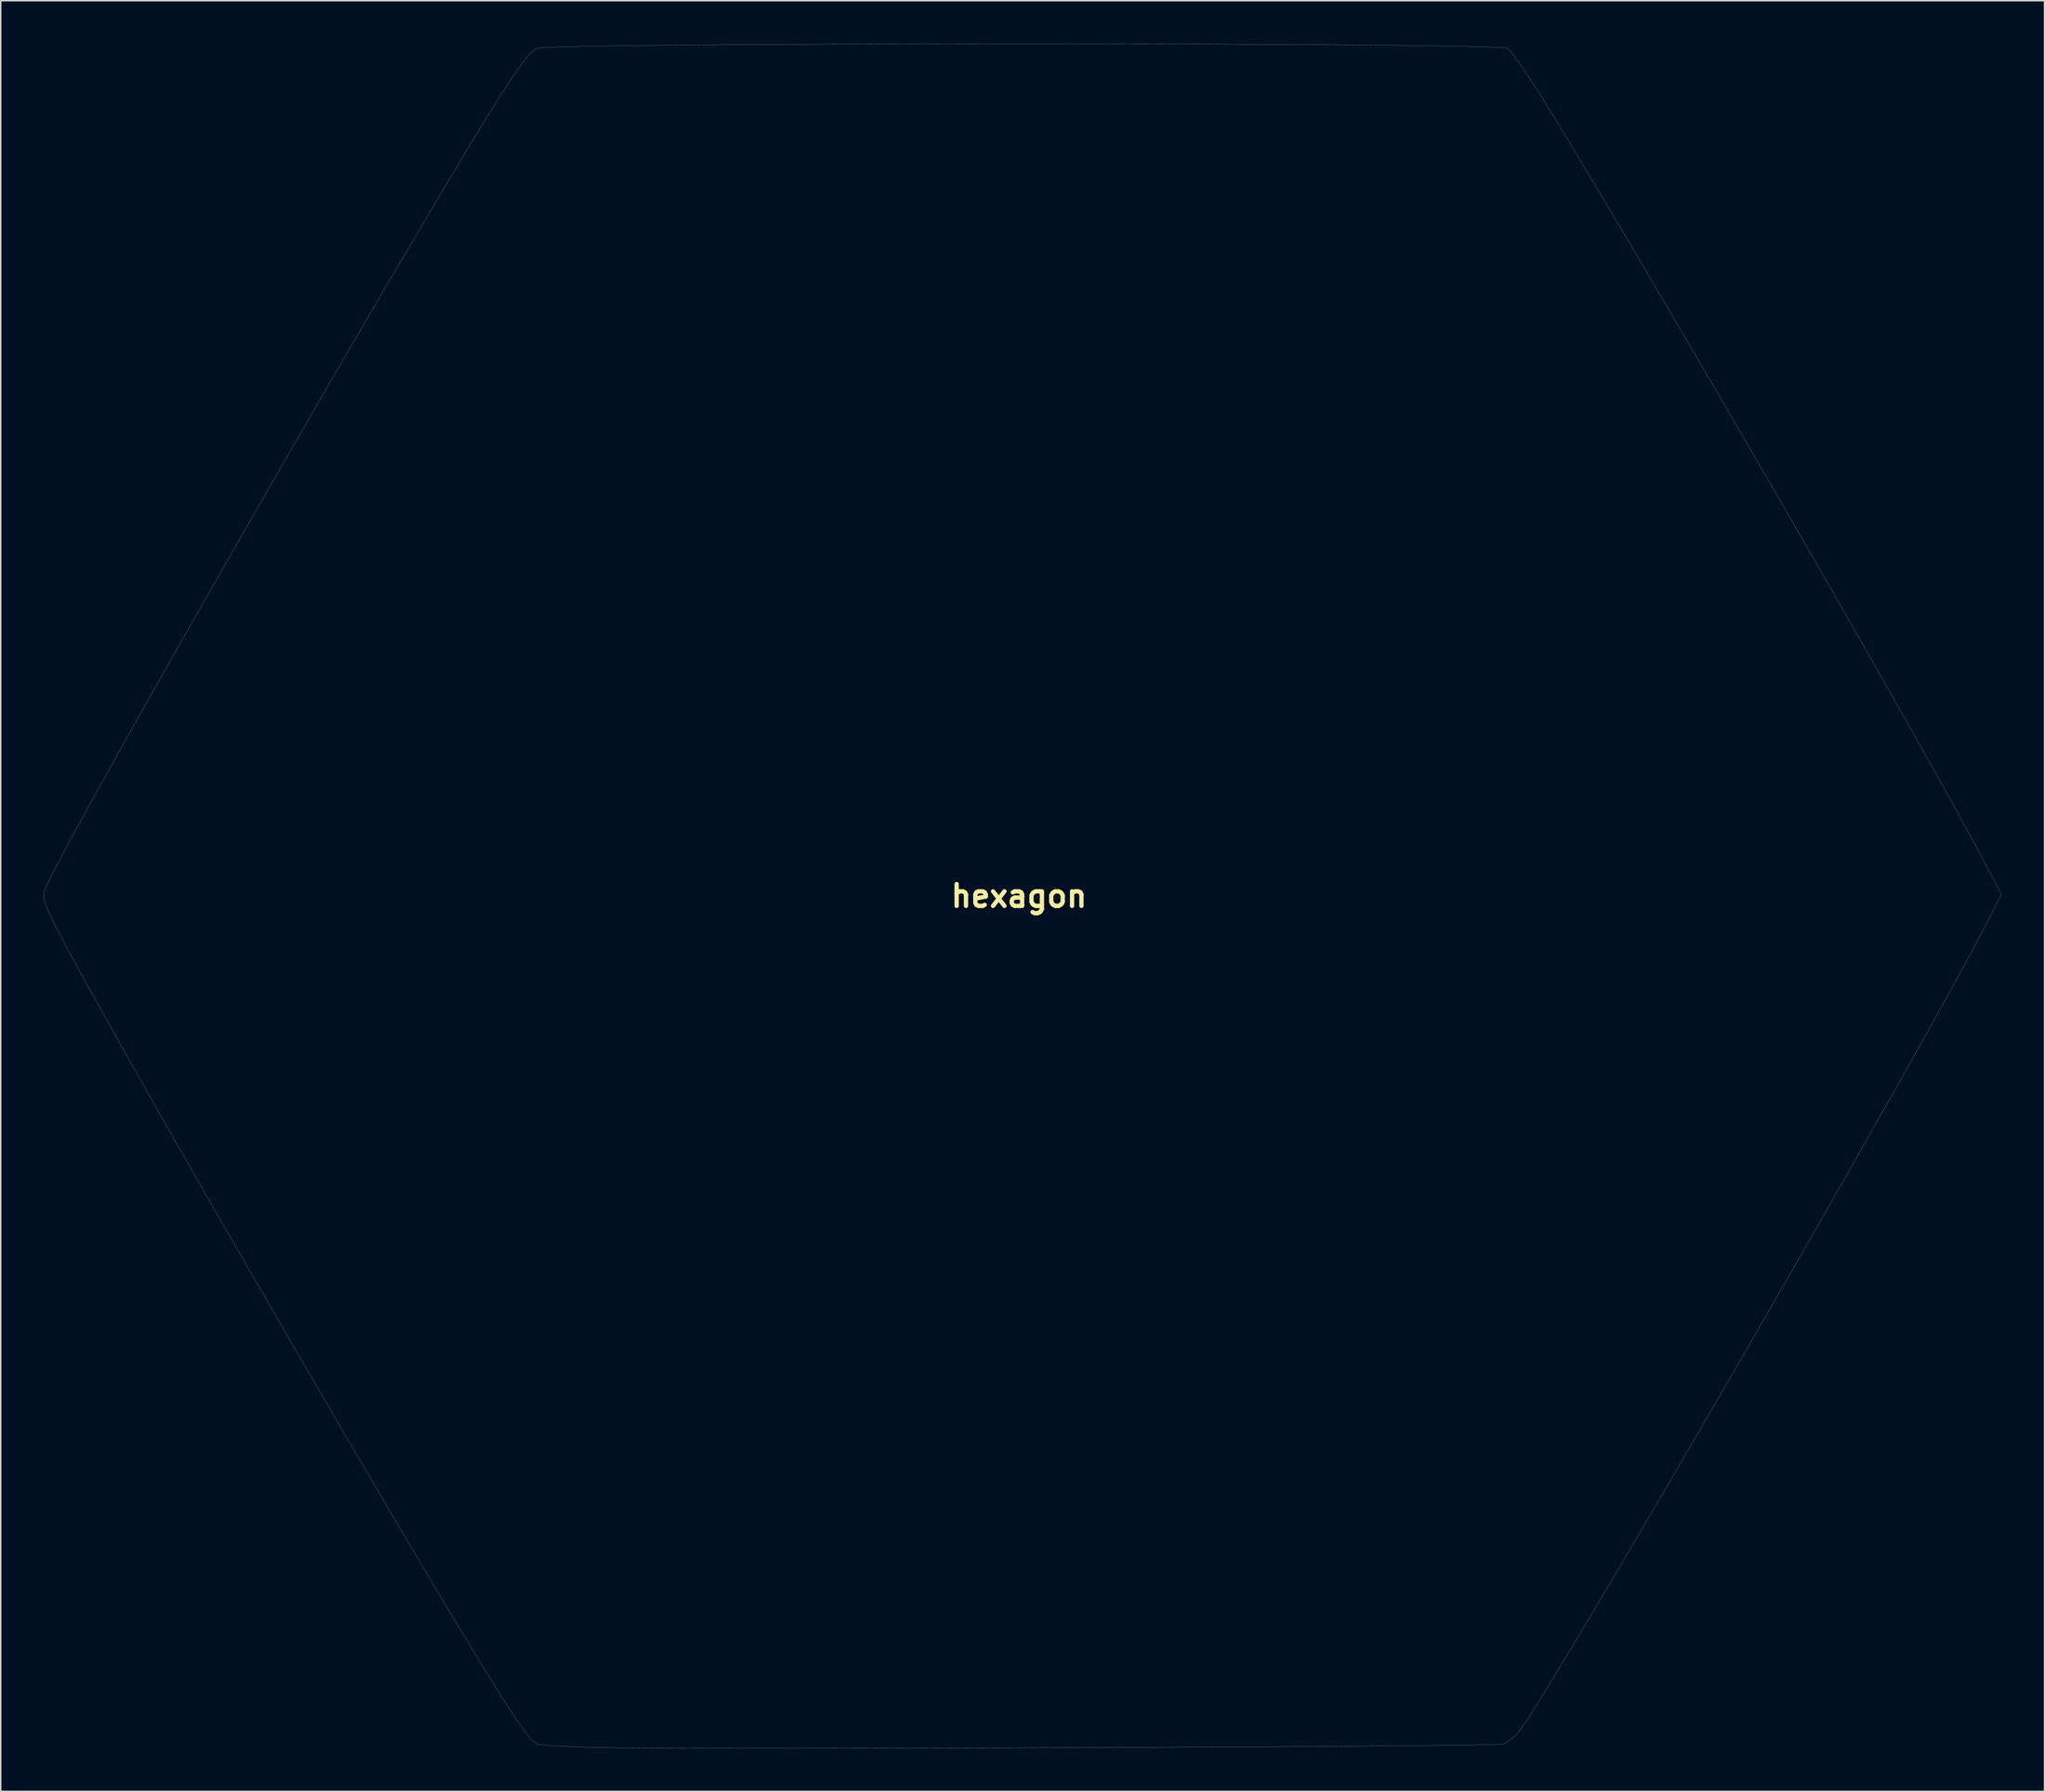
<source format=kicad_pcb>
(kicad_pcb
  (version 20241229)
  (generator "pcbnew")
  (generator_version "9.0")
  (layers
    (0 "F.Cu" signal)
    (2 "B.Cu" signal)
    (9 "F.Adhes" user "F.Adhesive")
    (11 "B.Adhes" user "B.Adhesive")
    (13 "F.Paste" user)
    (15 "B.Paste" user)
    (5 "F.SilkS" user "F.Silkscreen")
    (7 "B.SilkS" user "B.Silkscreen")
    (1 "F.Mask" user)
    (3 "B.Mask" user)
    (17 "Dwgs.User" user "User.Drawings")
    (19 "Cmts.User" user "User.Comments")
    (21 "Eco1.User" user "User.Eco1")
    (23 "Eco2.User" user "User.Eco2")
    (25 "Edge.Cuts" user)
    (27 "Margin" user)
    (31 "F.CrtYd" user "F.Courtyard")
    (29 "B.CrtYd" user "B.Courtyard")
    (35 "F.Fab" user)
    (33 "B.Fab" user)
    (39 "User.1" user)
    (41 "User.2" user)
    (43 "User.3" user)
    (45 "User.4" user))
  (footprint "hexagon"
    (layer "F.Cu")
    (at 68.056 59.508)
    (property "Reference" "hexagon" (at 0 0 0) (layer "F.SilkS") (effects (font (size 1.524 1.524) (thickness 0.3))))
    (attr through_hole)
    (fp_poly (pts (xy 5.704 -59.499) (xy 9.333 -59.493) (xy 12.863 -59.482) (xy 16.255 -59.468) (xy 19.471 -59.451) (xy 22.469 -59.43) (xy 25.212 -59.405) (xy 27.659 -59.376) (xy 29.771 -59.344) (xy 31.509 -59.308) (xy 32.834 -59.269) (xy 33.704 -59.226) (xy 34.083 -59.18) (xy 34.089 -59.176) (xy 34.392 -58.856) (xy 34.914 -58.153) (xy 35.6 -57.144) (xy 36.4 -55.909) (xy 37.259 -54.523) (xy 37.275 -54.497) (xy 38.853 -51.883) (xy 40.592 -48.974) (xy 42.466 -45.818) (xy 44.445 -42.464) (xy 46.503 -38.958) (xy 48.613 -35.348) (xy 50.746 -31.683) (xy 52.876 -28.008) (xy 54.974 -24.373) (xy 57.014 -20.825) (xy 58.968 -17.411) (xy 60.807 -14.178) (xy 62.506 -11.176) (xy 64.036 -8.45) (xy 65.369 -6.05) (xy 66.479 -4.022) (xy 67.207 -2.663) (xy 68.553 -0.113) (xy 67.389 2.149) (xy 66.609 3.632) (xy 65.582 5.529) (xy 64.336 7.794) (xy 62.896 10.379) (xy 61.289 13.24) (xy 59.543 16.331) (xy 57.683 19.604) (xy 55.736 23.014) (xy 53.729 26.515) (xy 51.688 30.06) (xy 49.641 33.604) (xy 47.612 37.101) (xy 45.63 40.504) (xy 43.721 43.766) (xy 41.911 46.843) (xy 40.227 49.688) (xy 38.695 52.254) (xy 37.342 54.496) (xy 36.195 56.368) (xy 35.39 57.651) (xy 34.619 58.659) (xy 33.903 59.165) (xy 33.769 59.208) (xy 33.417 59.23) (xy 32.571 59.253) (xy 31.271 59.276) (xy 29.559 59.299) (xy 27.475 59.321) (xy 25.06 59.343) (xy 22.354 59.364) (xy 19.398 59.384) (xy 16.233 59.404) (xy 12.899 59.422) (xy 9.438 59.438) (xy 5.889 59.454) (xy 2.294 59.467) (xy -1.306 59.479) (xy -4.872 59.489) (xy -8.362 59.497) (xy -11.736 59.503) (xy -14.953 59.506) (xy -17.972 59.507) (xy -20.753 59.505) (xy -23.254 59.5) (xy -25.436 59.492) (xy -27.258 59.481) (xy -28.678 59.467) (xy -29.656 59.449) (xy -29.678 59.449) (xy -31.012 59.403) (xy -32.194 59.346) (xy -33.097 59.284) (xy -33.595 59.225) (xy -33.601 59.223) (xy -33.923 58.998) (xy -34.418 58.417) (xy -35.105 57.452) (xy -36.004 56.075) (xy -37.136 54.258) (xy -37.248 54.075) (xy -38.709 51.668) (xy -40.36 48.916) (xy -42.17 45.873) (xy -44.109 42.59) (xy -46.148 39.119) (xy -48.256 35.514) (xy -50.402 31.826) (xy -52.557 28.107) (xy -54.691 24.41) (xy -56.772 20.788) (xy -58.772 17.291) (xy -60.659 13.973) (xy -62.403 10.886) (xy -63.975 8.082) (xy -65.344 5.614) (xy -66.48 3.533) (xy -66.83 2.881) (xy -67.488 1.599) (xy -67.885 0.685) (xy -68.051 0.06) (xy -68.027 -0.327) (xy -67.801 -0.848) (xy -67.326 -1.794) (xy -66.621 -3.13) (xy -65.707 -4.819) (xy -64.604 -6.826) (xy -63.334 -9.115) (xy -61.916 -11.649) (xy -60.371 -14.394) (xy -58.719 -17.314) (xy -56.981 -20.371) (xy -55.178 -23.531) (xy -53.33 -26.758) (xy -51.457 -30.015) (xy -49.58 -33.267) (xy -47.719 -36.478) (xy -45.896 -39.612) (xy -44.129 -42.634) (xy -42.441 -45.506) (xy -40.851 -48.194) (xy -39.379 -50.662) (xy -38.047 -52.873) (xy -37.626 -53.565) (xy -36.412 -55.529) (xy -35.432 -57.045) (xy -34.67 -58.14) (xy -34.107 -58.837) (xy -33.726 -59.162) (xy -33.707 -59.171) (xy -33.336 -59.218) (xy -32.471 -59.261) (xy -31.153 -59.301) (xy -29.421 -59.337) (xy -27.313 -59.37) (xy -24.871 -59.399) (xy -22.132 -59.424) (xy -19.136 -59.446) (xy -15.924 -59.465) (xy -12.533 -59.479) (xy -9.005 -59.491) (xy -5.377 -59.498) (xy -1.69 -59.502) (xy 2.017 -59.503) (xy 5.704 -59.499)) (stroke (width 0.01) (type solid)) (fill no) (layer "Edge.Cuts")))
  (gr_rect
    (start -3 -3)
    (end 139.614 122.02)
    (stroke (width 0.1) (type default))
    (fill no)
    (layer "Edge.Cuts")))
</source>
